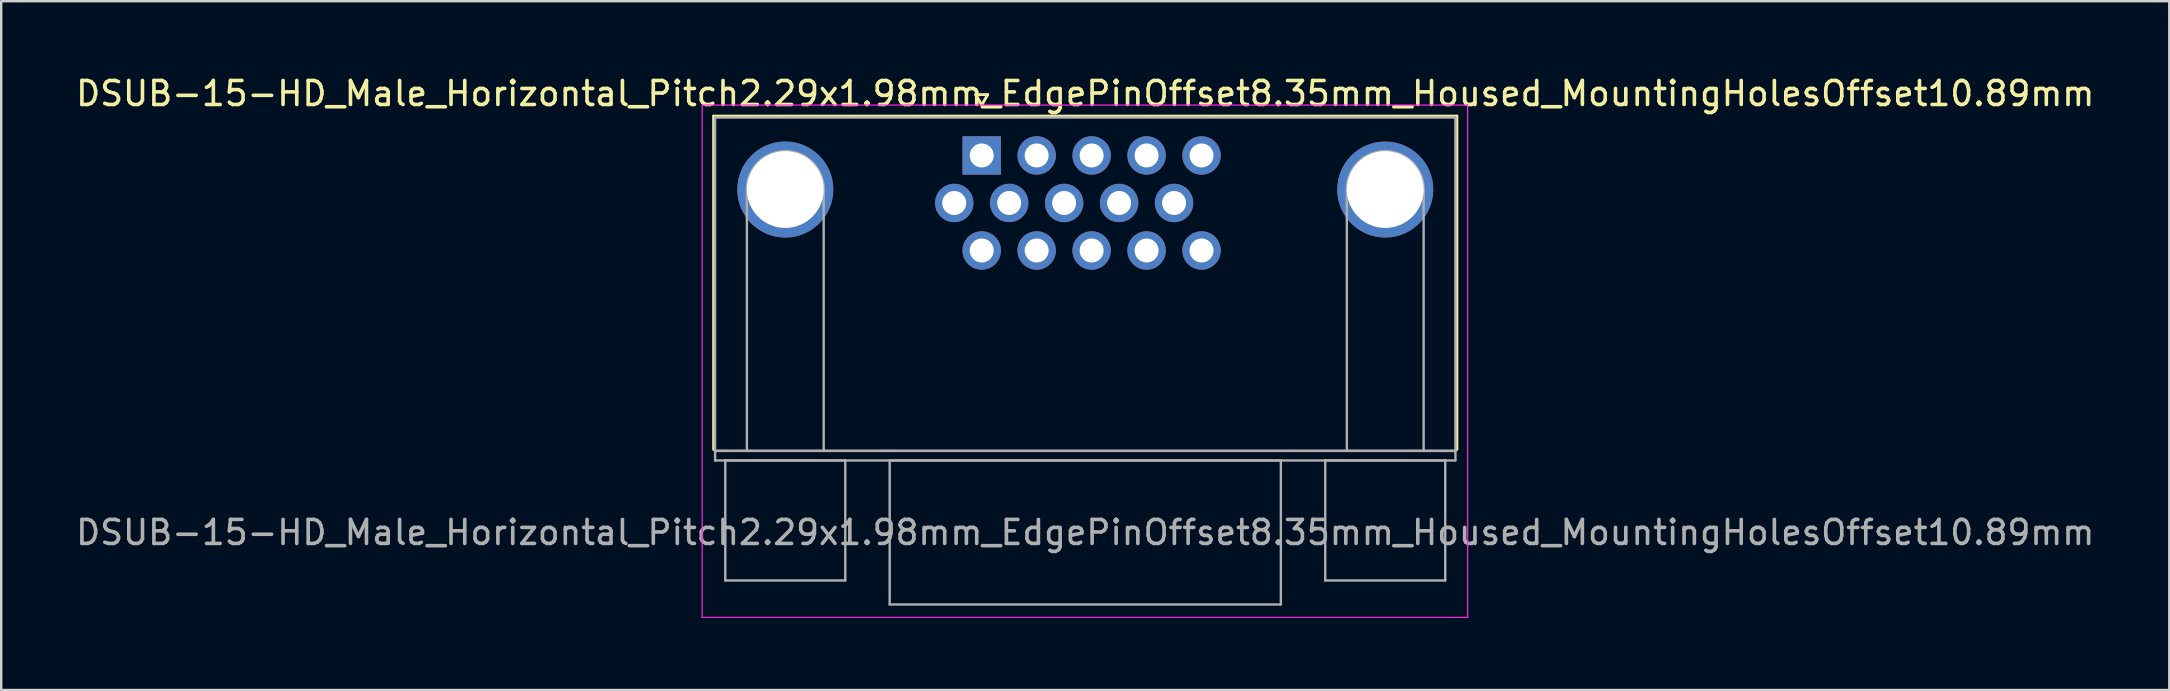
<source format=kicad_pcb>
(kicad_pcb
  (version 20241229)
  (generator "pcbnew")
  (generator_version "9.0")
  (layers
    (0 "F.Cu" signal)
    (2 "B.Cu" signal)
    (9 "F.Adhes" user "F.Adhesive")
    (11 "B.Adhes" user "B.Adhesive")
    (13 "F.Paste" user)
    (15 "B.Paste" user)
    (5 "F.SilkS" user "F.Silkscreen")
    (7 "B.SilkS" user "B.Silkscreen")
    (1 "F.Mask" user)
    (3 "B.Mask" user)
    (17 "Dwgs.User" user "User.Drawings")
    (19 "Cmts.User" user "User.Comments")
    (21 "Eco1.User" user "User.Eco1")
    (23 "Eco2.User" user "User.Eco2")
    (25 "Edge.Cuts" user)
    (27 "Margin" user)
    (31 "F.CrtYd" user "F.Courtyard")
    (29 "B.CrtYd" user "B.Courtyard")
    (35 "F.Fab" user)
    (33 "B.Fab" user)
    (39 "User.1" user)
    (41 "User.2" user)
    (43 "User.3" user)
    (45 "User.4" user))
  (footprint "DSUB-15-HD_Male_Horizontal_Pitch2.29x1.98mm_EdgePinOffset8.35mm_Housed_MountingHolesOffset10.89mm"
    (layer "F.Cu")
    (at 37.858 3.428)
    (property "Reference" "DSUB-15-HD_Male_Horizontal_Pitch2.29x1.98mm_EdgePinOffset8.35mm_Housed_MountingHolesOffset10.89mm" (at 4.315 -2.58 0) (layer "F.SilkS") (effects (font (size 1 1) (thickness 0.15))))
    (attr through_hole)
    (fp_line (start -11.17 -1.64) (end 19.8 -1.64) (stroke (width 0.12) (type solid)) (layer "F.SilkS"))
    (fp_line (start -11.17 12.25) (end -11.17 -1.64) (stroke (width 0.12) (type solid)) (layer "F.SilkS"))
    (fp_line (start -0.25 -2.534) (end 0.25 -2.534) (stroke (width 0.12) (type solid)) (layer "F.SilkS"))
    (fp_line (start 0 -2.101) (end -0.25 -2.534) (stroke (width 0.12) (type solid)) (layer "F.SilkS"))
    (fp_line (start 0.25 -2.534) (end 0 -2.101) (stroke (width 0.12) (type solid)) (layer "F.SilkS"))
    (fp_line (start 19.8 -1.64) (end 19.8 12.25) (stroke (width 0.12) (type solid)) (layer "F.SilkS"))
    (fp_line (start -11.65 -2.1) (end -11.65 19.25) (stroke (width 0.05) (type solid)) (layer "F.CrtYd"))
    (fp_line (start -11.65 19.25) (end 20.25 19.25) (stroke (width 0.05) (type solid)) (layer "F.CrtYd"))
    (fp_line (start 20.25 -2.1) (end -11.65 -2.1) (stroke (width 0.05) (type solid)) (layer "F.CrtYd"))
    (fp_line (start 20.25 19.25) (end 20.25 -2.1) (stroke (width 0.05) (type solid)) (layer "F.CrtYd"))
    (fp_line (start -11.11 -1.58) (end -11.11 12.31) (stroke (width 0.1) (type solid)) (layer "F.Fab"))
    (fp_line (start -11.11 12.31) (end -11.11 12.71) (stroke (width 0.1) (type solid)) (layer "F.Fab"))
    (fp_line (start -11.11 12.31) (end 19.74 12.31) (stroke (width 0.1) (type solid)) (layer "F.Fab"))
    (fp_line (start -11.11 12.71) (end 19.74 12.71) (stroke (width 0.1) (type solid)) (layer "F.Fab"))
    (fp_line (start -10.685 12.71) (end -10.685 17.71) (stroke (width 0.1) (type solid)) (layer "F.Fab"))
    (fp_line (start -10.685 17.71) (end -5.685 17.71) (stroke (width 0.1) (type solid)) (layer "F.Fab"))
    (fp_line (start -9.785 12.31) (end -9.785 1.42) (stroke (width 0.1) (type solid)) (layer "F.Fab"))
    (fp_line (start -6.585 12.31) (end -6.585 1.42) (stroke (width 0.1) (type solid)) (layer "F.Fab"))
    (fp_line (start -5.685 12.71) (end -10.685 12.71) (stroke (width 0.1) (type solid)) (layer "F.Fab"))
    (fp_line (start -5.685 17.71) (end -5.685 12.71) (stroke (width 0.1) (type solid)) (layer "F.Fab"))
    (fp_line (start -3.835 12.71) (end -3.835 18.71) (stroke (width 0.1) (type solid)) (layer "F.Fab"))
    (fp_line (start -3.835 18.71) (end 12.465 18.71) (stroke (width 0.1) (type solid)) (layer "F.Fab"))
    (fp_line (start 12.465 12.71) (end -3.835 12.71) (stroke (width 0.1) (type solid)) (layer "F.Fab"))
    (fp_line (start 12.465 18.71) (end 12.465 12.71) (stroke (width 0.1) (type solid)) (layer "F.Fab"))
    (fp_line (start 14.315 12.71) (end 14.315 17.71) (stroke (width 0.1) (type solid)) (layer "F.Fab"))
    (fp_line (start 14.315 17.71) (end 19.315 17.71) (stroke (width 0.1) (type solid)) (layer "F.Fab"))
    (fp_line (start 15.215 12.31) (end 15.215 1.42) (stroke (width 0.1) (type solid)) (layer "F.Fab"))
    (fp_line (start 18.415 12.31) (end 18.415 1.42) (stroke (width 0.1) (type solid)) (layer "F.Fab"))
    (fp_line (start 19.315 12.71) (end 14.315 12.71) (stroke (width 0.1) (type solid)) (layer "F.Fab"))
    (fp_line (start 19.315 17.71) (end 19.315 12.71) (stroke (width 0.1) (type solid)) (layer "F.Fab"))
    (fp_line (start 19.74 -1.58) (end -11.11 -1.58) (stroke (width 0.1) (type solid)) (layer "F.Fab"))
    (fp_line (start 19.74 12.31) (end -11.11 12.31) (stroke (width 0.1) (type solid)) (layer "F.Fab"))
    (fp_line (start 19.74 12.31) (end 19.74 -1.58) (stroke (width 0.1) (type solid)) (layer "F.Fab"))
    (fp_line (start 19.74 12.71) (end 19.74 12.31) (stroke (width 0.1) (type solid)) (layer "F.Fab"))
    (fp_arc (start -9.785 1.42) (mid -8.185 -0.18) (end -6.585 1.42) (stroke (width 0.1) (type solid)) (layer "F.Fab"))
    (fp_arc (start 15.215 1.42) (mid 16.815 -0.18) (end 18.415 1.42) (stroke (width 0.1) (type solid)) (layer "F.Fab"))
    (fp_text user "${REFERENCE}" (at 4.315 15.71 0) (layer "F.Fab") (effects (font (size 1 1) (thickness 0.15))))
    (pad "0" thru_hole circle (at -8.185 1.42) (size 4 4) (drill 3.2) (layers "*.Cu" "*.Mask"))
    (pad "0" thru_hole circle (at 16.815 1.42) (size 4 4) (drill 3.2) (layers "*.Cu" "*.Mask"))
    (pad "1" thru_hole rect (at 0 0) (size 1.6 1.6) (drill 1) (layers "*.Cu" "*.Mask"))
    (pad "2" thru_hole circle (at 2.29 0) (size 1.6 1.6) (drill 1) (layers "*.Cu" "*.Mask"))
    (pad "3" thru_hole circle (at 4.58 0) (size 1.6 1.6) (drill 1) (layers "*.Cu" "*.Mask"))
    (pad "4" thru_hole circle (at 6.87 0) (size 1.6 1.6) (drill 1) (layers "*.Cu" "*.Mask"))
    (pad "5" thru_hole circle (at 9.16 0) (size 1.6 1.6) (drill 1) (layers "*.Cu" "*.Mask"))
    (pad "6" thru_hole circle (at -1.145 1.98) (size 1.6 1.6) (drill 1) (layers "*.Cu" "*.Mask"))
    (pad "7" thru_hole circle (at 1.145 1.98) (size 1.6 1.6) (drill 1) (layers "*.Cu" "*.Mask"))
    (pad "8" thru_hole circle (at 3.435 1.98) (size 1.6 1.6) (drill 1) (layers "*.Cu" "*.Mask"))
    (pad "9" thru_hole circle (at 5.725 1.98) (size 1.6 1.6) (drill 1) (layers "*.Cu" "*.Mask"))
    (pad "10" thru_hole circle (at 8.015 1.98) (size 1.6 1.6) (drill 1) (layers "*.Cu" "*.Mask"))
    (pad "11" thru_hole circle (at 0 3.96) (size 1.6 1.6) (drill 1) (layers "*.Cu" "*.Mask"))
    (pad "12" thru_hole circle (at 2.29 3.96) (size 1.6 1.6) (drill 1) (layers "*.Cu" "*.Mask"))
    (pad "13" thru_hole circle (at 4.58 3.96) (size 1.6 1.6) (drill 1) (layers "*.Cu" "*.Mask"))
    (pad "14" thru_hole circle (at 6.87 3.96) (size 1.6 1.6) (drill 1) (layers "*.Cu" "*.Mask"))
    (pad "15" thru_hole circle (at 9.16 3.96) (size 1.6 1.6) (drill 1) (layers "*.Cu" "*.Mask")))
  (gr_rect
    (start -3 -3)
    (end 87.345 25.703)
    (stroke (width 0.1) (type default))
    (fill no)
    (layer "Edge.Cuts")))
</source>
